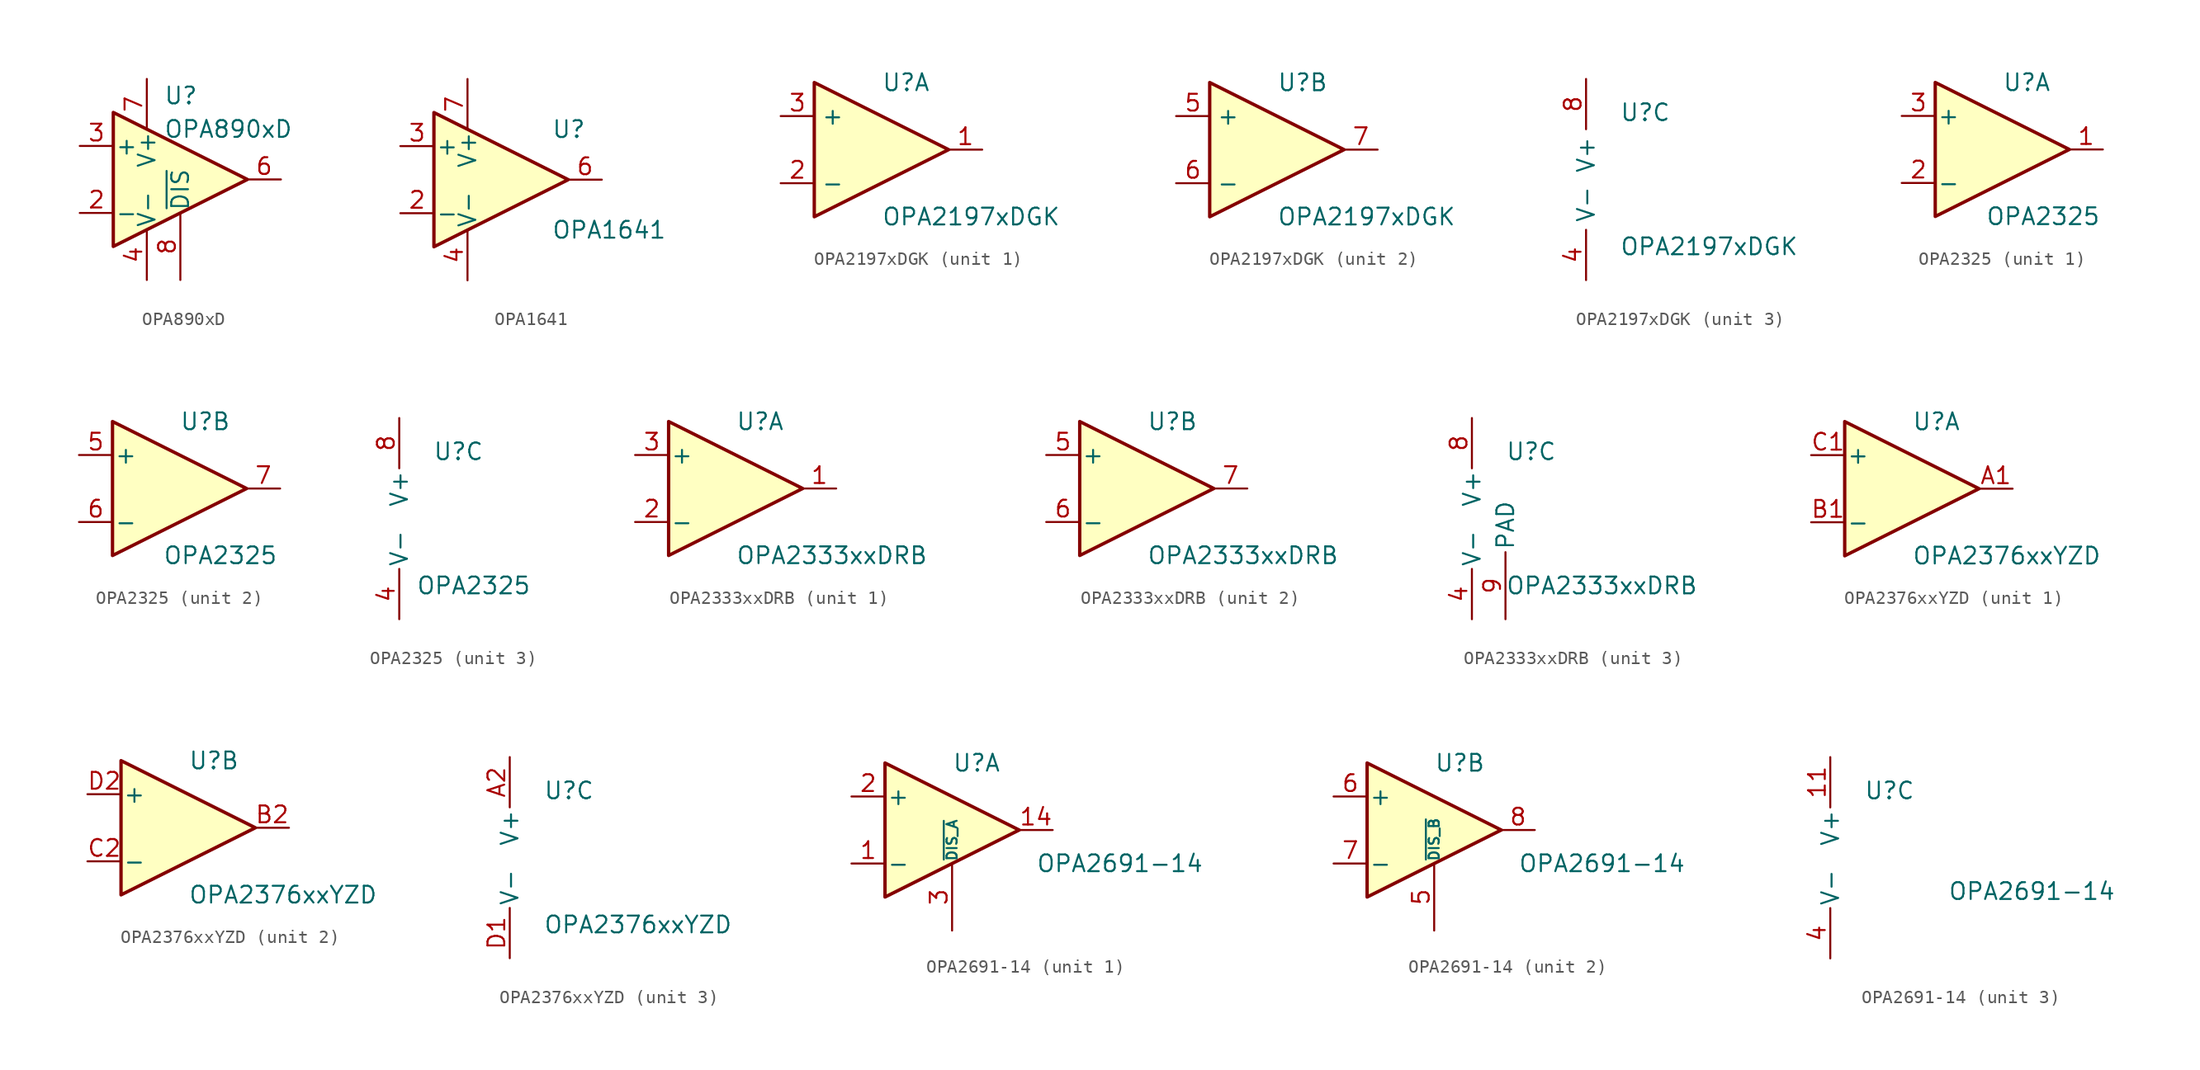
<source format=kicad_sym>
(kicad_symbol_lib
  (version 20201005)
  (generator kicad_symbol_editor)
  (symbol "Amplifier_Operational:OPA890xD"
    (pin_names
      (offset 0.127))
    (property "Reference" "U"
      (at -1.27 6.35 0)
      (effects (font (size 1.27 1.27)) (justify left)))
    (property "Value" "OPA890xD"
      (at -1.27 3.81 0)
      (effects (font (size 1.27 1.27)) (justify left)))
    (symbol "OPA890xD_0_1"
      (polyline (pts (xy -5.08 5.08) (xy 5.08 0) (xy -5.08 -5.08) (xy -5.08 5.08)) (stroke (width 0.254)) (fill (type background)))
      (pin power_in line (at -2.54 -7.62 90) (length 3.81) (name "V-" (effects (font (size 1.27 1.27)))) (number "4" (effects (font (size 1.27 1.27)))))
      (pin power_in line (at -2.54 7.62 270) (length 3.81) (name "V+" (effects (font (size 1.27 1.27)))) (number "7" (effects (font (size 1.27 1.27))))))
    (symbol "OPA890xD_1_1"
      (pin no_connect line (at -5.08 5.08 270) (length 2.54) hide (name "NC" (effects (font (size 1.27 1.27)))) (number "1" (effects (font (size 1.27 1.27)))))
      (pin input line (at -7.62 -2.54 0) (length 2.54) (name "-" (effects (font (size 1.27 1.27)))) (number "2" (effects (font (size 1.27 1.27)))))
      (pin input line (at -7.62 2.54 0) (length 2.54) (name "+" (effects (font (size 1.27 1.27)))) (number "3" (effects (font (size 1.27 1.27)))))
      (pin no_connect line (at -5.08 -5.08 90) (length 3.81) hide (name "NC" (effects (font (size 1.27 1.27)))) (number "5" (effects (font (size 1.27 1.27)))))
      (pin output line (at 7.62 0 180) (length 2.54) (name "~" (effects (font (size 1.27 1.27)))) (number "6" (effects (font (size 1.27 1.27)))))
      (pin input line (at 0 -7.62 90) (length 5.08) (name "~DIS" (effects (font (size 1.27 1.27)))) (number "8" (effects (font (size 1.27 1.27)))))))
  (symbol "Amplifier_Operational:OPA1641"
    (pin_names
      (offset 0.127))
    (property "Reference" "U"
      (at 3.81 3.81 0)
      (effects (font (size 1.27 1.27)) (justify left)))
    (property "Value" "OPA1641"
      (at 3.81 -3.81 0)
      (effects (font (size 1.27 1.27)) (justify left)))
    (symbol "OPA1641_0_1"
      (polyline (pts (xy 5.08 0) (xy -5.08 5.08) (xy -5.08 -5.08) (xy 5.08 0)) (stroke (width 0.254)) (fill (type background))))
    (symbol "OPA1641_1_1"
      (pin no_connect line (at -2.54 -2.54 90) (length 2.54) hide (name "NC" (effects (font (size 1.27 1.27)))) (number "1" (effects (font (size 1.27 1.27)))))
      (pin input line (at -7.62 -2.54 0) (length 2.54) (name "-" (effects (font (size 1.27 1.27)))) (number "2" (effects (font (size 1.27 1.27)))))
      (pin input line (at -7.62 2.54 0) (length 2.54) (name "+" (effects (font (size 1.27 1.27)))) (number "3" (effects (font (size 1.27 1.27)))))
      (pin power_in line (at -2.54 -7.62 90) (length 3.81) (name "V-" (effects (font (size 1.27 1.27)))) (number "4" (effects (font (size 1.27 1.27)))))
      (pin no_connect line (at 0 -2.54 90) (length 2.54) hide (name "NC" (effects (font (size 1.27 1.27)))) (number "5" (effects (font (size 1.27 1.27)))))
      (pin output line (at 7.62 0 180) (length 2.54) (name "~" (effects (font (size 1.27 1.27)))) (number "6" (effects (font (size 1.27 1.27)))))
      (pin power_in line (at -2.54 7.62 270) (length 3.81) (name "V+" (effects (font (size 1.27 1.27)))) (number "7" (effects (font (size 1.27 1.27)))))
      (pin no_connect line (at -5.08 -2.54 90) (length 2.54) hide (name "NC" (effects (font (size 1.27 1.27)))) (number "8" (effects (font (size 1.27 1.27)))))))
  (symbol "Amplifier_Operational:OPA2197xDGK"
    (property "Reference" "U"
      (at 0 5.08 0)
      (effects (font (size 1.27 1.27)) (justify left)))
    (property "Value" "OPA2197xDGK"
      (at 0 -5.08 0)
      (effects (font (size 1.27 1.27)) (justify left)))
    (property "ki_locked" ""
      (at 0 0 0)
      (effects (font (size 1.27 1.27))))
    (symbol "OPA2197xDGK_1_1"
      (polyline (pts (xy -5.08 5.08) (xy 5.08 0) (xy -5.08 -5.08) (xy -5.08 5.08)) (stroke (width 0.254)) (fill (type background)))
      (pin output line (at 7.62 0 180) (length 2.54) (name "~" (effects (font (size 1.27 1.27)))) (number "1" (effects (font (size 1.27 1.27)))))
      (pin input line (at -7.62 -2.54 0) (length 2.54) (name "-" (effects (font (size 1.27 1.27)))) (number "2" (effects (font (size 1.27 1.27)))))
      (pin input line (at -7.62 2.54 0) (length 2.54) (name "+" (effects (font (size 1.27 1.27)))) (number "3" (effects (font (size 1.27 1.27))))))
    (symbol "OPA2197xDGK_2_1"
      (polyline (pts (xy -5.08 5.08) (xy 5.08 0) (xy -5.08 -5.08) (xy -5.08 5.08)) (stroke (width 0.254)) (fill (type background)))
      (pin input line (at -7.62 2.54 0) (length 2.54) (name "+" (effects (font (size 1.27 1.27)))) (number "5" (effects (font (size 1.27 1.27)))))
      (pin input line (at -7.62 -2.54 0) (length 2.54) (name "-" (effects (font (size 1.27 1.27)))) (number "6" (effects (font (size 1.27 1.27)))))
      (pin output line (at 7.62 0 180) (length 2.54) (name "~" (effects (font (size 1.27 1.27)))) (number "7" (effects (font (size 1.27 1.27))))))
    (symbol "OPA2197xDGK_3_1"
      (pin power_in line (at -2.54 -7.62 90) (length 3.81) (name "V-" (effects (font (size 1.27 1.27)))) (number "4" (effects (font (size 1.27 1.27)))))
      (pin power_in line (at -2.54 7.62 270) (length 3.81) (name "V+" (effects (font (size 1.27 1.27)))) (number "8" (effects (font (size 1.27 1.27)))))))
  (symbol "Amplifier_Operational:OPA2325"
    (pin_names
      (offset 0.127))
    (property "Reference" "U"
      (at 0 5.08 0)
      (effects (font (size 1.27 1.27)) (justify left)))
    (property "Value" "OPA2325"
      (at -1.27 -5.08 0)
      (effects (font (size 1.27 1.27)) (justify left)))
    (property "ki_locked" ""
      (at 0 0 0)
      (effects (font (size 1.27 1.27))))
    (symbol "OPA2325_1_1"
      (polyline (pts (xy -5.08 5.08) (xy 5.08 0) (xy -5.08 -5.08) (xy -5.08 5.08)) (stroke (width 0.254)) (fill (type background)))
      (pin output line (at 7.62 0 180) (length 2.54) (name "~" (effects (font (size 1.27 1.27)))) (number "1" (effects (font (size 1.27 1.27)))))
      (pin input line (at -7.62 -2.54 0) (length 2.54) (name "-" (effects (font (size 1.27 1.27)))) (number "2" (effects (font (size 1.27 1.27)))))
      (pin input line (at -7.62 2.54 0) (length 2.54) (name "+" (effects (font (size 1.27 1.27)))) (number "3" (effects (font (size 1.27 1.27))))))
    (symbol "OPA2325_2_1"
      (polyline (pts (xy -5.08 5.08) (xy 5.08 0) (xy -5.08 -5.08) (xy -5.08 5.08)) (stroke (width 0.254)) (fill (type background)))
      (pin input line (at -7.62 2.54 0) (length 2.54) (name "+" (effects (font (size 1.27 1.27)))) (number "5" (effects (font (size 1.27 1.27)))))
      (pin input line (at -7.62 -2.54 0) (length 2.54) (name "-" (effects (font (size 1.27 1.27)))) (number "6" (effects (font (size 1.27 1.27)))))
      (pin output line (at 7.62 0 180) (length 2.54) (name "~" (effects (font (size 1.27 1.27)))) (number "7" (effects (font (size 1.27 1.27))))))
    (symbol "OPA2325_3_1"
      (pin power_in line (at -2.54 -7.62 90) (length 3.81) (name "V-" (effects (font (size 1.27 1.27)))) (number "4" (effects (font (size 1.27 1.27)))))
      (pin power_in line (at -2.54 7.62 270) (length 3.81) (name "V+" (effects (font (size 1.27 1.27)))) (number "8" (effects (font (size 1.27 1.27)))))))
  (symbol "Amplifier_Operational:OPA2333xxDRB"
    (pin_names
      (offset 0.127))
    (property "Reference" "U"
      (at 0 5.08 0)
      (effects (font (size 1.27 1.27)) (justify left)))
    (property "Value" "OPA2333xxDRB"
      (at 0 -5.08 0)
      (effects (font (size 1.27 1.27)) (justify left)))
    (property "ki_locked" ""
      (at 0 0 0)
      (effects (font (size 1.27 1.27))))
    (symbol "OPA2333xxDRB_1_1"
      (polyline (pts (xy -5.08 5.08) (xy 5.08 0) (xy -5.08 -5.08) (xy -5.08 5.08)) (stroke (width 0.254)) (fill (type background)))
      (pin output line (at 7.62 0 180) (length 2.54) (name "~" (effects (font (size 1.27 1.27)))) (number "1" (effects (font (size 1.27 1.27)))))
      (pin input line (at -7.62 -2.54 0) (length 2.54) (name "-" (effects (font (size 1.27 1.27)))) (number "2" (effects (font (size 1.27 1.27)))))
      (pin input line (at -7.62 2.54 0) (length 2.54) (name "+" (effects (font (size 1.27 1.27)))) (number "3" (effects (font (size 1.27 1.27))))))
    (symbol "OPA2333xxDRB_2_1"
      (polyline (pts (xy -5.08 5.08) (xy 5.08 0) (xy -5.08 -5.08) (xy -5.08 5.08)) (stroke (width 0.254)) (fill (type background)))
      (pin input line (at -7.62 2.54 0) (length 2.54) (name "+" (effects (font (size 1.27 1.27)))) (number "5" (effects (font (size 1.27 1.27)))))
      (pin input line (at -7.62 -2.54 0) (length 2.54) (name "-" (effects (font (size 1.27 1.27)))) (number "6" (effects (font (size 1.27 1.27)))))
      (pin output line (at 7.62 0 180) (length 2.54) (name "~" (effects (font (size 1.27 1.27)))) (number "7" (effects (font (size 1.27 1.27))))))
    (symbol "OPA2333xxDRB_3_1"
      (pin power_in line (at -2.54 -7.62 90) (length 3.81) (name "V-" (effects (font (size 1.27 1.27)))) (number "4" (effects (font (size 1.27 1.27)))))
      (pin power_in line (at -2.54 7.62 270) (length 3.81) (name "V+" (effects (font (size 1.27 1.27)))) (number "8" (effects (font (size 1.27 1.27)))))
      (pin power_in line (at 0 -7.62 90) (length 5.08) (name "PAD" (effects (font (size 1.27 1.27)))) (number "9" (effects (font (size 1.27 1.27)))))))
  (symbol "Amplifier_Operational:OPA2376xxYZD"
    (pin_names
      (offset 0.127))
    (property "Reference" "U"
      (at 0 5.08 0)
      (effects (font (size 1.27 1.27)) (justify left)))
    (property "Value" "OPA2376xxYZD"
      (at 0 -5.08 0)
      (effects (font (size 1.27 1.27)) (justify left)))
    (property "ki_locked" ""
      (at 0 0 0)
      (effects (font (size 1.27 1.27))))
    (symbol "OPA2376xxYZD_1_1"
      (polyline (pts (xy -5.08 5.08) (xy 5.08 0) (xy -5.08 -5.08) (xy -5.08 5.08)) (stroke (width 0.254)) (fill (type background)))
      (pin output line (at 7.62 0 180) (length 2.54) (name "~" (effects (font (size 1.27 1.27)))) (number "A1" (effects (font (size 1.27 1.27)))))
      (pin input line (at -7.62 -2.54 0) (length 2.54) (name "-" (effects (font (size 1.27 1.27)))) (number "B1" (effects (font (size 1.27 1.27)))))
      (pin input line (at -7.62 2.54 0) (length 2.54) (name "+" (effects (font (size 1.27 1.27)))) (number "C1" (effects (font (size 1.27 1.27))))))
    (symbol "OPA2376xxYZD_2_1"
      (polyline (pts (xy -5.08 5.08) (xy 5.08 0) (xy -5.08 -5.08) (xy -5.08 5.08)) (stroke (width 0.254)) (fill (type background)))
      (pin output line (at 7.62 0 180) (length 2.54) (name "~" (effects (font (size 1.27 1.27)))) (number "B2" (effects (font (size 1.27 1.27)))))
      (pin input line (at -7.62 -2.54 0) (length 2.54) (name "-" (effects (font (size 1.27 1.27)))) (number "C2" (effects (font (size 1.27 1.27)))))
      (pin input line (at -7.62 2.54 0) (length 2.54) (name "+" (effects (font (size 1.27 1.27)))) (number "D2" (effects (font (size 1.27 1.27))))))
    (symbol "OPA2376xxYZD_3_1"
      (pin power_in line (at -2.54 7.62 270) (length 3.81) (name "V+" (effects (font (size 1.27 1.27)))) (number "A2" (effects (font (size 1.27 1.27)))))
      (pin power_in line (at -2.54 -7.62 90) (length 3.81) (name "V-" (effects (font (size 1.27 1.27)))) (number "D1" (effects (font (size 1.27 1.27)))))))
  (symbol "Amplifier_Operational:OPA2691-14"
    (pin_names
      (offset 0.127))
    (property "Reference" "U"
      (at 0 5.08 0)
      (effects (font (size 1.27 1.27)) (justify left)))
    (property "Value" "OPA2691-14"
      (at 6.35 -2.54 0)
      (effects (font (size 1.27 1.27)) (justify left)))
    (property "ki_locked" ""
      (at 0 0 0)
      (effects (font (size 1.27 1.27))))
    (symbol "OPA2691-14_1_1"
      (polyline (pts (xy -5.08 5.08) (xy 5.08 0) (xy -5.08 -5.08) (xy -5.08 5.08)) (stroke (width 0.254)) (fill (type background)))
      (pin input line (at -7.62 -2.54 0) (length 2.54) (name "-" (effects (font (size 1.27 1.27)))) (number "1" (effects (font (size 1.27 1.27)))))
      (pin no_connect line (at 0 -2.54 90) (length 2.54) hide (name "NC" (effects (font (size 1.27 1.27)))) (number "10" (effects (font (size 1.27 1.27)))))
      (pin output line (at 7.62 0 180) (length 2.54) (name "~" (effects (font (size 1.27 1.27)))) (number "14" (effects (font (size 1.27 1.27)))))
      (pin input line (at -7.62 2.54 0) (length 2.54) (name "+" (effects (font (size 1.27 1.27)))) (number "2" (effects (font (size 1.27 1.27)))))
      (pin input line (at 0 -7.62 90) (length 5.08) (name "~DIS_A" (effects (font (size 0.762 0.762)))) (number "3" (effects (font (size 1.27 1.27)))))
      (pin no_connect line (at -2.54 -2.54 90) (length 2.54) hide (name "NC" (effects (font (size 1.27 1.27)))) (number "9" (effects (font (size 1.27 1.27))))))
    (symbol "OPA2691-14_2_1"
      (polyline (pts (xy -5.08 5.08) (xy 5.08 0) (xy -5.08 -5.08) (xy -5.08 5.08)) (stroke (width 0.254)) (fill (type background)))
      (pin no_connect line (at -2.54 -2.54 90) (length 2.54) hide (name "NC" (effects (font (size 1.27 1.27)))) (number "12" (effects (font (size 1.27 1.27)))))
      (pin no_connect line (at 0 -2.54 90) (length 2.54) hide (name "NC" (effects (font (size 1.27 1.27)))) (number "13" (effects (font (size 1.27 1.27)))))
      (pin input line (at 0 -7.62 90) (length 5.08) (name "~DIS_B" (effects (font (size 0.762 0.762)))) (number "5" (effects (font (size 1.27 1.27)))))
      (pin input line (at -7.62 2.54 0) (length 2.54) (name "+" (effects (font (size 1.27 1.27)))) (number "6" (effects (font (size 1.27 1.27)))))
      (pin input line (at -7.62 -2.54 0) (length 2.54) (name "-" (effects (font (size 1.27 1.27)))) (number "7" (effects (font (size 1.27 1.27)))))
      (pin output line (at 7.62 0 180) (length 2.54) (name "~" (effects (font (size 1.27 1.27)))) (number "8" (effects (font (size 1.27 1.27))))))
    (symbol "OPA2691-14_3_1"
      (pin power_in line (at -2.54 7.62 270) (length 3.81) (name "V+" (effects (font (size 1.27 1.27)))) (number "11" (effects (font (size 1.27 1.27)))))
      (pin power_in line (at -2.54 -7.62 90) (length 3.81) (name "V-" (effects (font (size 1.27 1.27)))) (number "4" (effects (font (size 1.27 1.27))))))))
</source>
